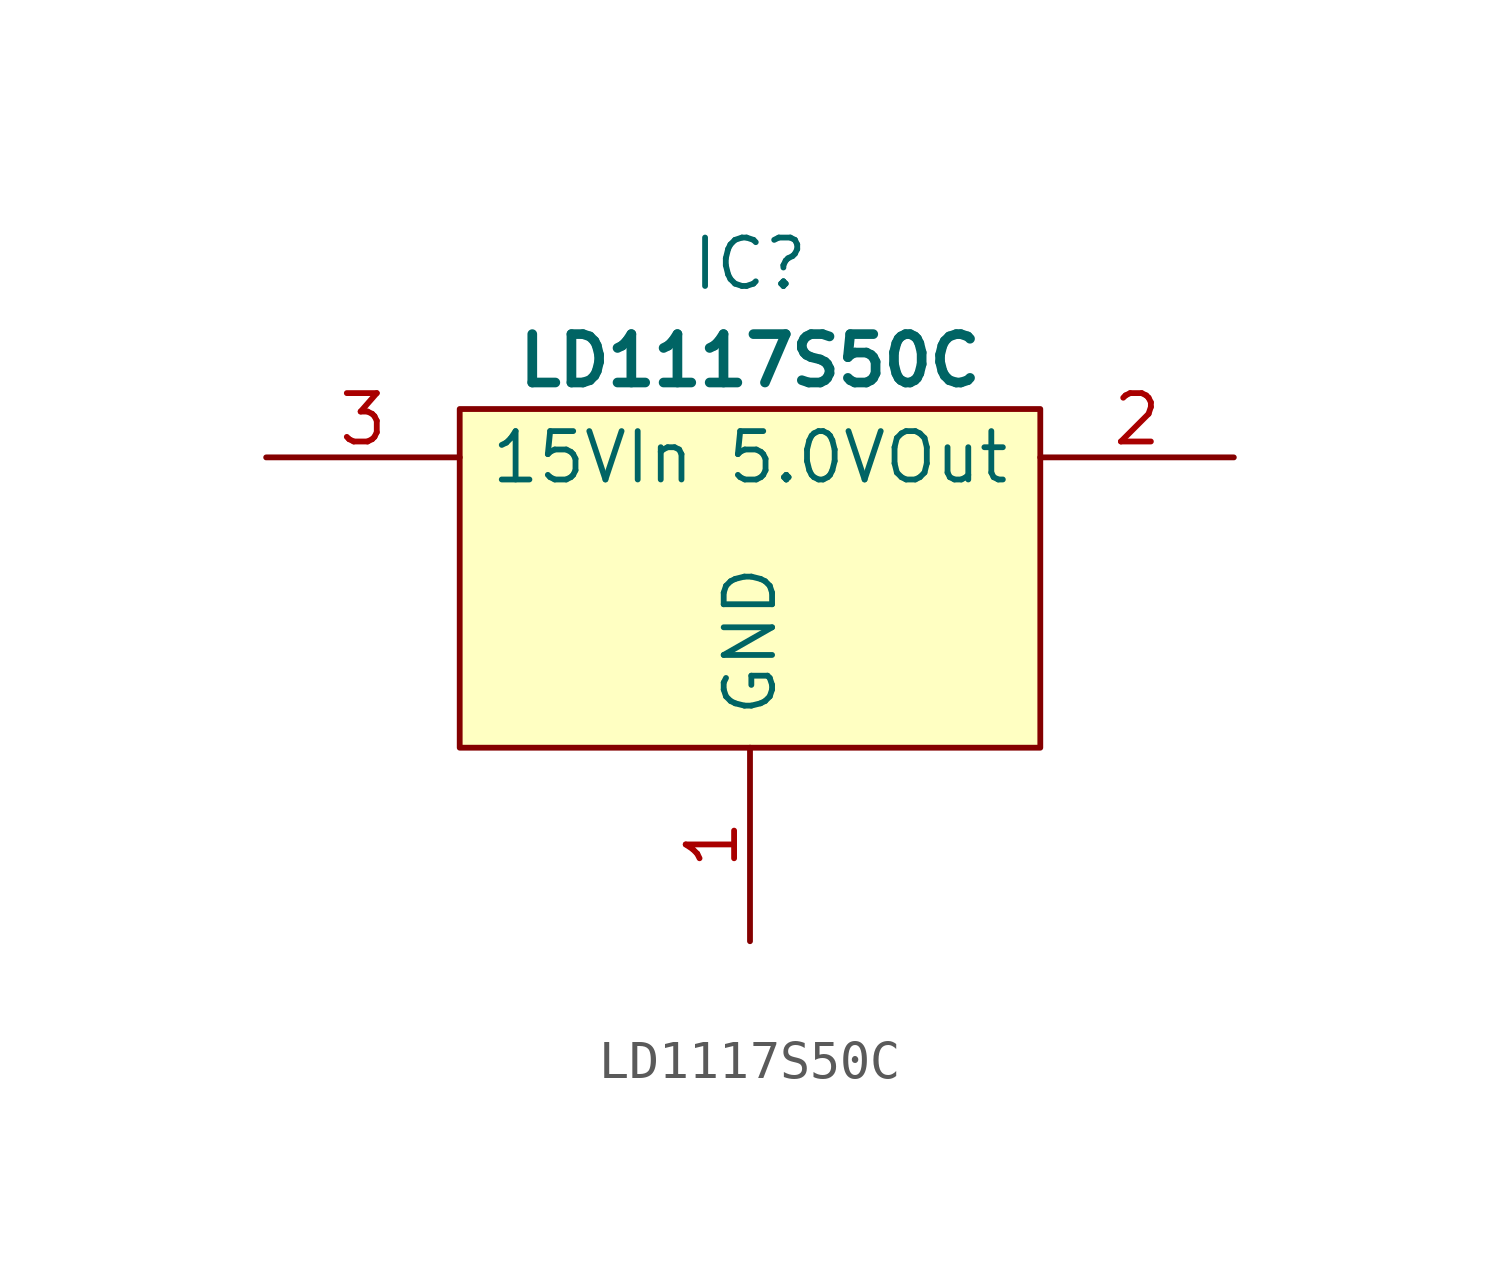
<source format=kicad_sym>
(kicad_symbol_lib
  (version 20220914)
  (generator kicad_symbol_editor)
  (symbol "LD1117S50C"
    (pin_names
      (offset 0.762))
    (property "Reference" "IC"
      (at 7.62 5.08 0)
      (effects (font (size 1.27 1.27))))
    (property "Value" "LD1117S50C"
      (at 7.62 2.54 0)
      (effects (font (size 1.27 1.27) bold)))
    (symbol "LD1117S50C_0_0"
      (pin passive line (at 7.62 -12.7 90) (length 5.08) (name "GND" (effects (font (size 1.27 1.27)))) (number "1" (effects (font (size 1.27 1.27))))))
    (symbol "LD1117S50C_0_1"
      (polyline (pts (xy 0 1.27) (xy 15.24 1.27) (xy 15.24 -7.62) (xy 0 -7.62) (xy 0 1.27)) (stroke (width 0.152) (type default)) (fill (type background))))
    (symbol "LD1117S50C_1_0"
      (pin passive line (at 20.32 0 180) (length 5.08) (name "5.0VOut" (effects (font (size 1.27 1.27)))) (number "2" (effects (font (size 1.27 1.27)))))
      (pin passive line (at -5.08 0 0) (length 5.08) (name "15VIn" (effects (font (size 1.27 1.27)))) (number "3" (effects (font (size 1.27 1.27)))))
      (pin no_connect line (at 10.16 -12.7 90) (length 5.08) hide (name "N.C" (effects (font (size 1.27 1.27)))) (number "4" (effects (font (size 1.27 1.27))))))))
</source>
